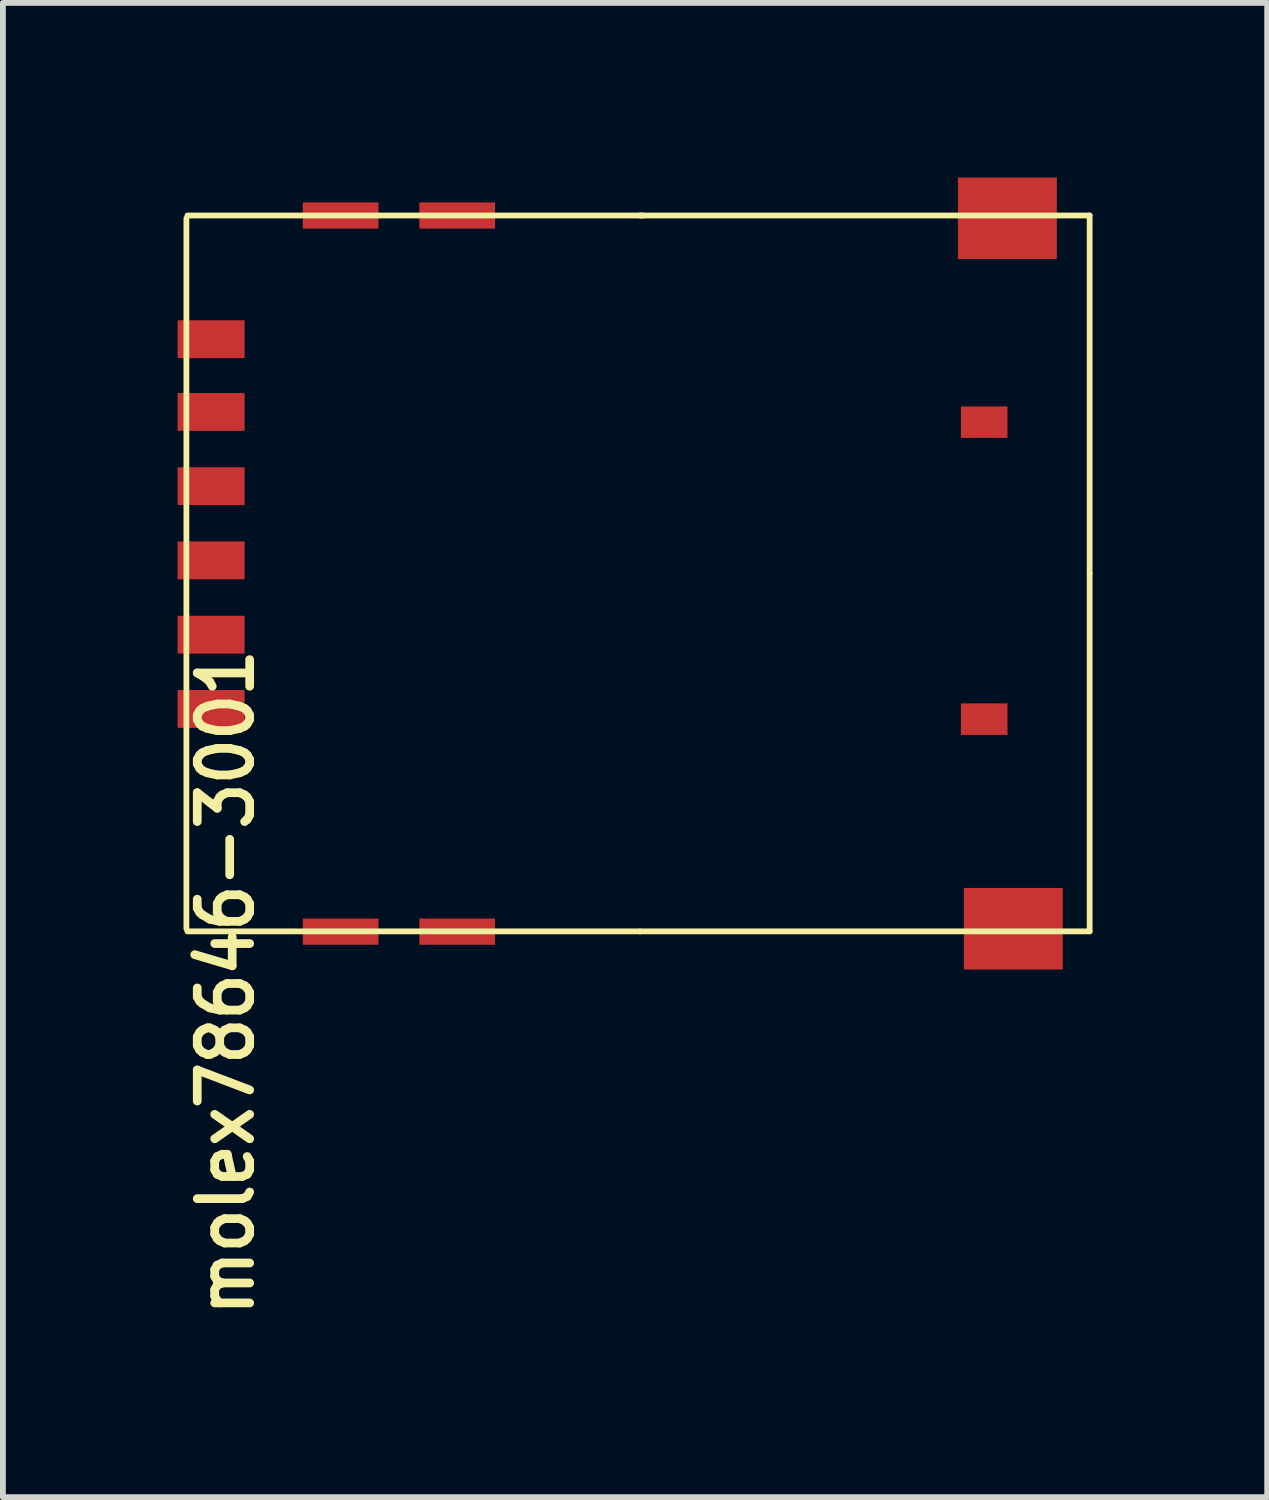
<source format=kicad_pcb>
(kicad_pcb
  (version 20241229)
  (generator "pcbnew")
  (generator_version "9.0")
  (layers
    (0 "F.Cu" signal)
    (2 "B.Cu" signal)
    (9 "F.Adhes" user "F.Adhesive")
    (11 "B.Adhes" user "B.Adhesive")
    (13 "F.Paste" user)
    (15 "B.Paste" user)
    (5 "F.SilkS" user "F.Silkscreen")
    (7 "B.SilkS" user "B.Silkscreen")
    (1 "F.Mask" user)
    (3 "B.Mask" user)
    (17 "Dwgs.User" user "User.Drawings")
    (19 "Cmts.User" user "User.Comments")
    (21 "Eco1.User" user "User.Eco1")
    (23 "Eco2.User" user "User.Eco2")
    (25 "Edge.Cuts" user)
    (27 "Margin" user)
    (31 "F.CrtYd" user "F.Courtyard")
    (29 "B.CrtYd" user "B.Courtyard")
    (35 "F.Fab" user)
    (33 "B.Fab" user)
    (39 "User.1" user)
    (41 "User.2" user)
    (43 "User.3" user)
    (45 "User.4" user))
  (footprint "molex78646-3001"
    (layer "F.Cu")
    (at 7.941 6.798)
    (property "Reference" "molex78646-3001" (at -7.112 7.023 270) (layer "F.SilkS") (effects (font (size 0.9 0.8) (thickness 0.15))))
    (attr through_hole)
    (fp_line (start -7.79 -6.099) (end -7.79 6.101) (stroke (width 0.099) (type solid)) (layer "F.SilkS"))
    (fp_line (start -7.772 -6.147) (end 0.051 -6.147) (stroke (width 0.099) (type solid)) (layer "F.SilkS"))
    (fp_line (start 0 -6.147) (end 7.722 -6.147) (stroke (width 0.099) (type solid)) (layer "F.SilkS"))
    (fp_line (start 0 6.147) (end -7.772 6.147) (stroke (width 0.099) (type solid)) (layer "F.SilkS"))
    (fp_line (start 7.722 -6.147) (end 7.722 0) (stroke (width 0.099) (type solid)) (layer "F.SilkS"))
    (fp_line (start 7.722 0) (end 7.722 6.147) (stroke (width 0.099) (type solid)) (layer "F.SilkS"))
    (fp_line (start 7.722 6.147) (end 0 6.147) (stroke (width 0.099) (type solid)) (layer "F.SilkS"))
    (pad "1" smd trapezoid (at -7.366 -2.774) (size 1.151 0.65) (layers "F.Cu" "F.Mask" "F.Paste"))
    (pad "2" smd trapezoid (at -7.366 -0.224) (size 1.151 0.65) (layers "F.Cu" "F.Mask" "F.Paste"))
    (pad "3" smd trapezoid (at -7.366 2.327) (size 1.151 0.65) (layers "F.Cu" "F.Mask" "F.Paste"))
    (pad "5" smd trapezoid (at -7.366 -4.023) (size 1.151 0.65) (layers "F.Cu" "F.Mask" "F.Paste"))
    (pad "6" smd trapezoid (at -7.366 -1.499) (size 1.151 0.65) (layers "F.Cu" "F.Mask" "F.Paste"))
    (pad "7" smd trapezoid (at -7.366 1.052) (size 1.151 0.65) (layers "F.Cu" "F.Mask" "F.Paste"))
    (pad "10" smd trapezoid (at 5.911 -2.598) (size 0.8 0.541) (layers "F.Cu" "F.Mask" "F.Paste"))
    (pad "11" smd trapezoid (at 5.911 2.502) (size 0.8 0.541) (layers "F.Cu" "F.Mask" "F.Paste"))
    (pad "14" smd trapezoid (at 6.309 -6.099) (size 1.699 1.4) (layers "F.Cu" "F.Mask" "F.Paste"))
    (pad "15" smd trapezoid (at 6.411 6.101) (size 1.699 1.4) (layers "F.Cu" "F.Mask" "F.Paste"))
    (pad "GND" smd trapezoid (at -5.141 -6.147) (size 1.3 0.45) (layers "F.Cu" "F.Mask" "F.Paste"))
    (pad "GND" smd trapezoid (at -5.141 6.152) (size 1.3 0.45) (layers "F.Cu" "F.Mask" "F.Paste"))
    (pad "GND" smd trapezoid (at -3.139 -6.147) (size 1.3 0.45) (layers "F.Cu" "F.Mask" "F.Paste"))
    (pad "GND" smd trapezoid (at -3.139 6.152) (size 1.3 0.45) (layers "F.Cu" "F.Mask" "F.Paste")))
  (gr_rect
    (start -3 -3)
    (end 18.712 22.662)
    (stroke (width 0.1) (type default))
    (fill no)
    (layer "Edge.Cuts")))
</source>
